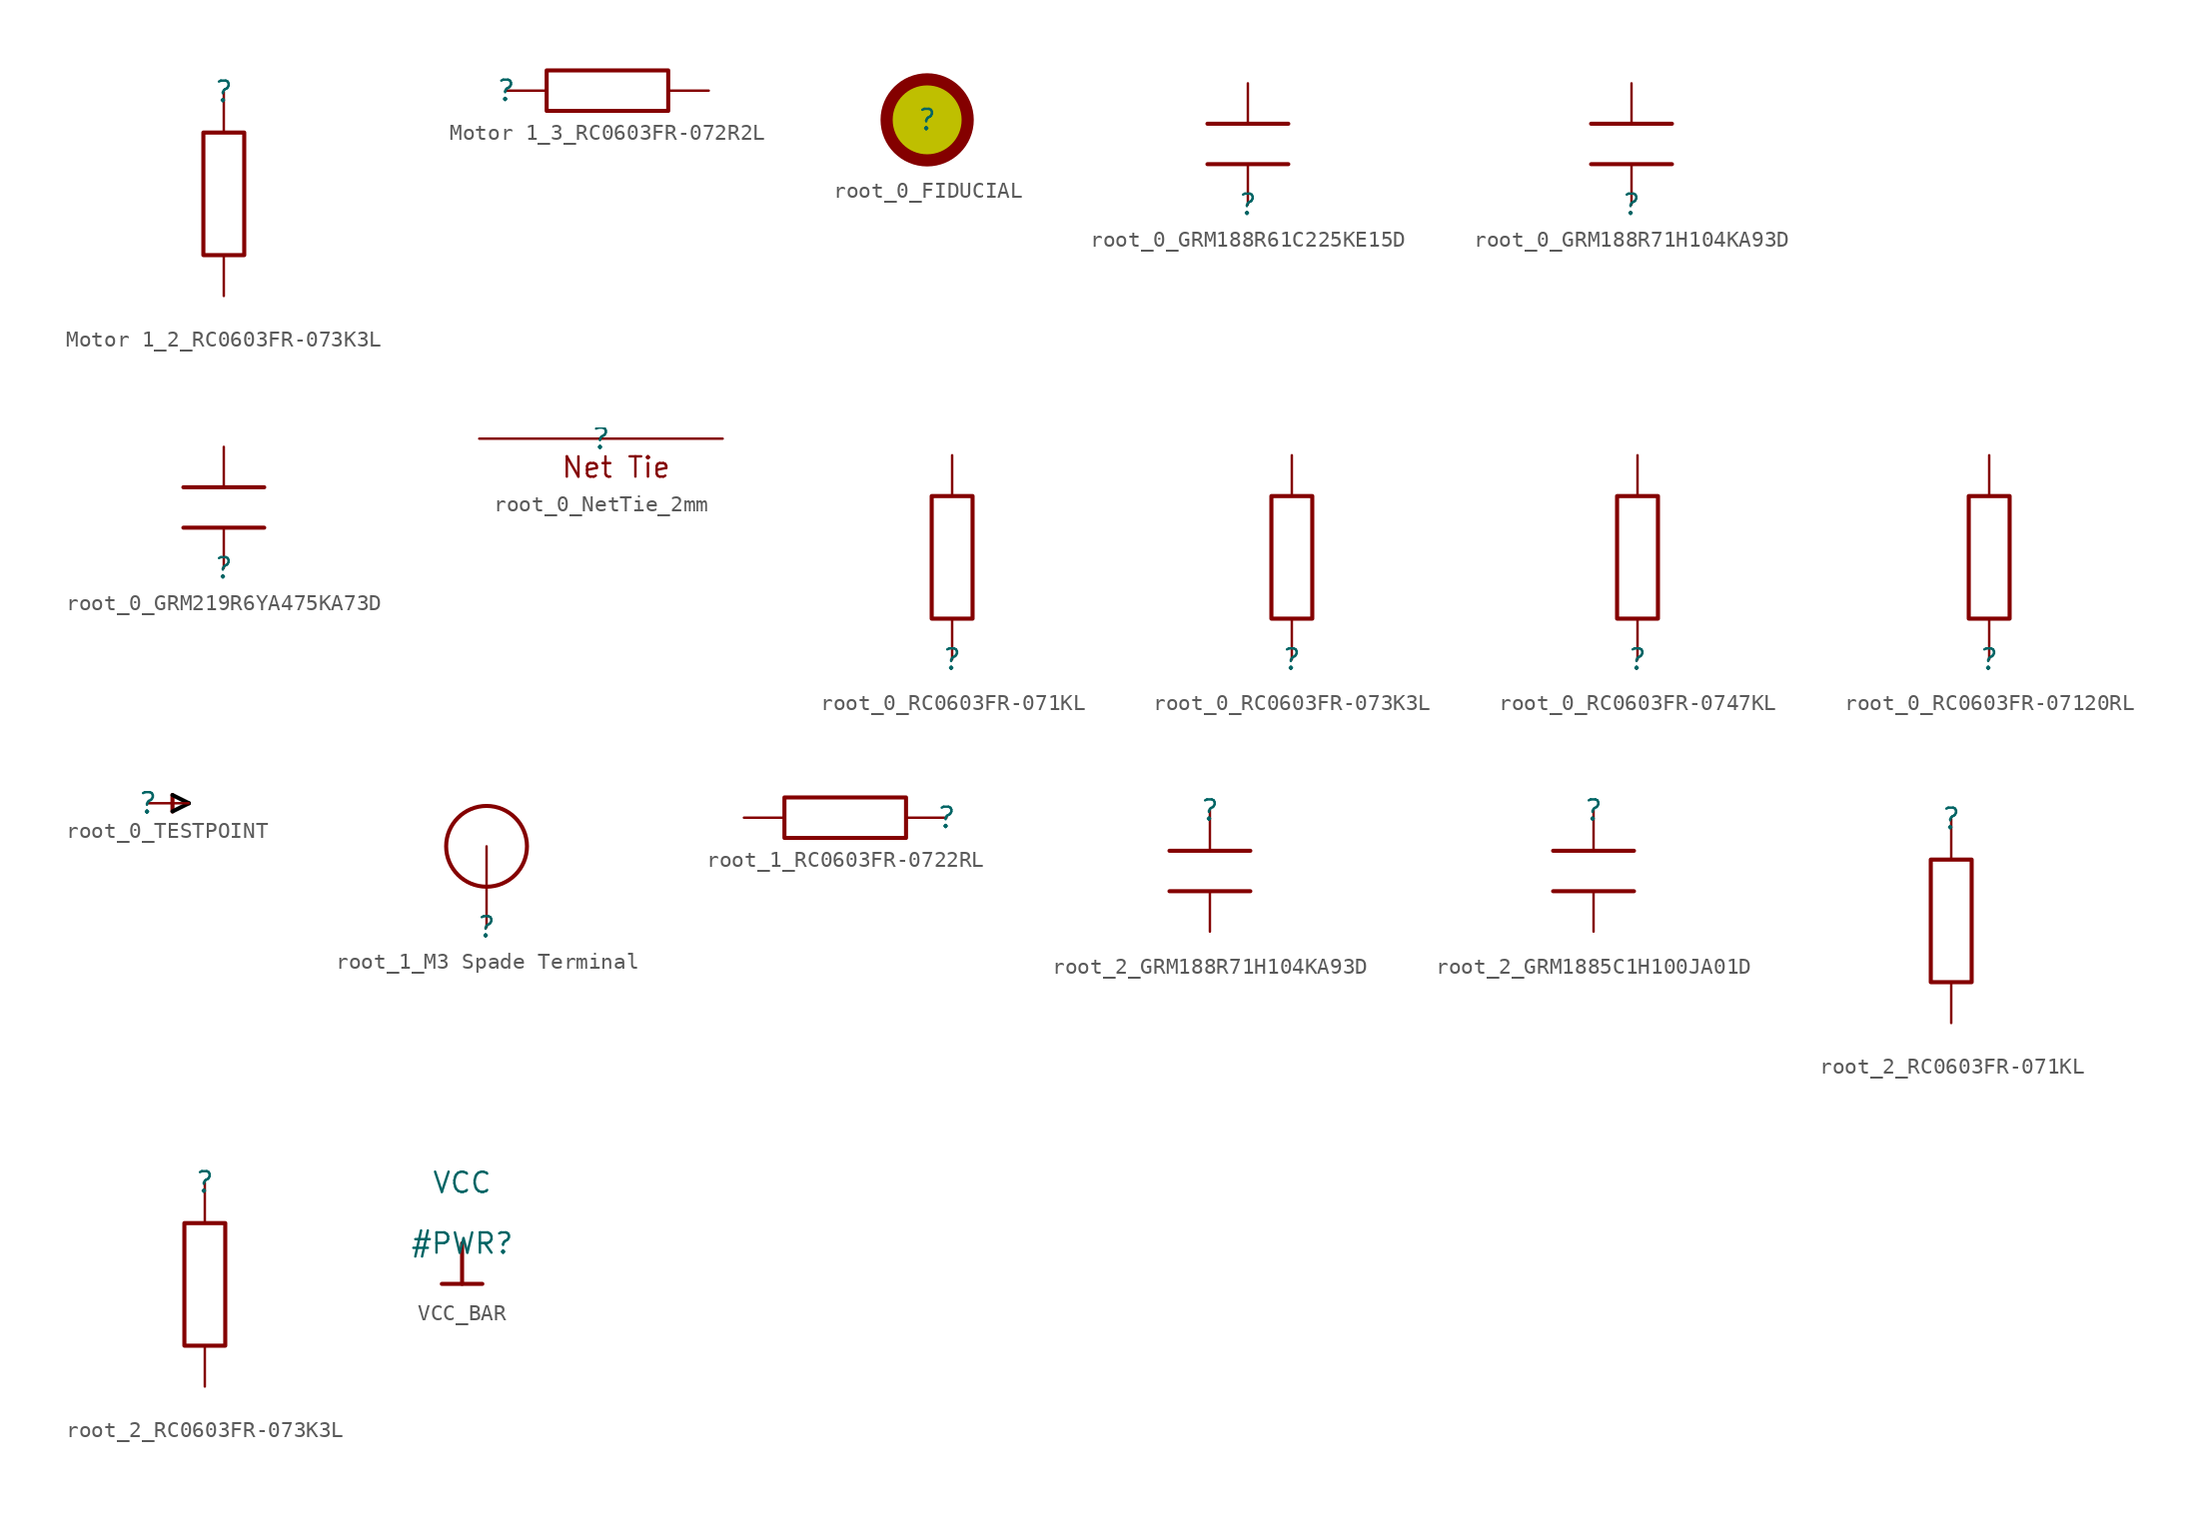
<source format=kicad_sym>
(kicad_symbol_lib
  (version 20231120)
  (generator "kicad_symbol_editor")
  (generator_version "8.0")
  (symbol "Motor 1_2_RC0603FR-073K3L"
    (property "Reference" ""
      (at 0 0 0)
      (effects (font (size 1.27 1.27))))
    (property "Value" ""
      (at 0 0 0)
      (effects (font (size 1.27 1.27))))
    (symbol "Motor 1_2_RC0603FR-073K3L_1_0"
      (polyline (pts (xy -1.27 -2.54) (xy 1.27 -2.54) (xy 1.27 -10.16) (xy -1.27 -10.16) (xy -1.27 -2.54)) (stroke (width 0.254) (type solid)) (fill (type none)))
      (pin passive line (at 0 0 270) (length 2.54) (name "0" (effects (font (size 0 0)))) (number "1" (effects (font (size 0 0)))))
      (pin passive line (at 0 -12.7 90) (length 2.54) (name "0" (effects (font (size 0 0)))) (number "2" (effects (font (size 0 0)))))))
  (symbol "Motor 1_3_RC0603FR-072R2L"
    (property "Reference" ""
      (at 0 0 0)
      (effects (font (size 1.27 1.27))))
    (property "Value" ""
      (at 0 0 0)
      (effects (font (size 1.27 1.27))))
    (symbol "Motor 1_3_RC0603FR-072R2L_1_0"
      (polyline (pts (xy 2.54 -1.27) (xy 2.54 1.27) (xy 10.16 1.27) (xy 10.16 -1.27) (xy 2.54 -1.27)) (stroke (width 0.254) (type solid)) (fill (type none)))
      (pin passive line (at 0 0 0) (length 2.54) (name "0" (effects (font (size 0 0)))) (number "1" (effects (font (size 0 0)))))
      (pin passive line (at 12.7 0 180) (length 2.54) (name "0" (effects (font (size 0 0)))) (number "2" (effects (font (size 0 0)))))))
  (symbol "root_0_FIDUCIAL"
    (property "Reference" ""
      (at 0 0 0)
      (effects (font (size 1.27 1.27))))
    (property "Value" ""
      (at 0 0 0)
      (effects (font (size 1.27 1.27))))
    (symbol "root_0_FIDUCIAL_1_0"
      (circle (center 0 0) (radius 2.54) (stroke (width 0.762) (type solid)) (fill (type color) (color 191 191 0 1)))))
  (symbol "root_0_GRM188R61C225KE15D"
    (property "Reference" ""
      (at 0 0 0)
      (effects (font (size 1.27 1.27))))
    (property "Value" ""
      (at 0 0 0)
      (effects (font (size 1.27 1.27))))
    (symbol "root_0_GRM188R61C225KE15D_1_0"
      (polyline (pts (xy -2.54 2.54) (xy 2.54 2.54)) (stroke (width 0.254) (type solid)) (fill (type none)))
      (polyline (pts (xy -2.54 5.08) (xy 2.54 5.08)) (stroke (width 0.254) (type solid)) (fill (type none)))
      (pin passive line (at 0 0 90) (length 2.54) (name "1" (effects (font (size 0 0)))) (number "1" (effects (font (size 0 0)))))
      (pin passive line (at 0 7.62 270) (length 2.54) (name "2" (effects (font (size 0 0)))) (number "2" (effects (font (size 0 0)))))))
  (symbol "root_0_GRM188R71H104KA93D"
    (property "Reference" ""
      (at 0 0 0)
      (effects (font (size 1.27 1.27))))
    (property "Value" ""
      (at 0 0 0)
      (effects (font (size 1.27 1.27))))
    (symbol "root_0_GRM188R71H104KA93D_1_0"
      (polyline (pts (xy -2.54 2.54) (xy 2.54 2.54)) (stroke (width 0.254) (type solid)) (fill (type none)))
      (polyline (pts (xy -2.54 5.08) (xy 2.54 5.08)) (stroke (width 0.254) (type solid)) (fill (type none)))
      (pin passive line (at 0 0 90) (length 2.54) (name "1" (effects (font (size 0 0)))) (number "1" (effects (font (size 0 0)))))
      (pin passive line (at 0 7.62 270) (length 2.54) (name "2" (effects (font (size 0 0)))) (number "2" (effects (font (size 0 0)))))))
  (symbol "root_0_GRM219R6YA475KA73D"
    (property "Reference" ""
      (at 0 0 0)
      (effects (font (size 1.27 1.27))))
    (property "Value" ""
      (at 0 0 0)
      (effects (font (size 1.27 1.27))))
    (symbol "root_0_GRM219R6YA475KA73D_1_0"
      (polyline (pts (xy -2.54 2.54) (xy 2.54 2.54)) (stroke (width 0.254) (type solid)) (fill (type none)))
      (polyline (pts (xy -2.54 5.08) (xy 2.54 5.08)) (stroke (width 0.254) (type solid)) (fill (type none)))
      (pin passive line (at 0 0 90) (length 2.54) (name "1" (effects (font (size 0 0)))) (number "1" (effects (font (size 0 0)))))
      (pin passive line (at 0 7.62 270) (length 2.54) (name "2" (effects (font (size 0 0)))) (number "2" (effects (font (size 0 0)))))))
  (symbol "root_0_NetTie_2mm"
    (property "Reference" ""
      (at 0 0 0)
      (effects (font (size 1.27 1.27))))
    (property "Value" ""
      (at 0 0 0)
      (effects (font (size 1.27 1.27))))
    (symbol "root_0_NetTie_2mm_1_0"
      (text "Net Tie" (at -2.54 -2.54 0) (effects (font (size 1.27 1.27)) (justify left bottom)))
      (pin passive line (at -7.62 0 0) (length 7.62) (name "" (effects (font (size 0 0)))) (number "1" (effects (font (size 0 0)))))
      (pin passive line (at 7.62 0 180) (length 7.62) (name "" (effects (font (size 0 0)))) (number "2" (effects (font (size 0 0)))))))
  (symbol "root_0_RC0603FR-071KL"
    (property "Reference" ""
      (at 0 0 0)
      (effects (font (size 1.27 1.27))))
    (property "Value" ""
      (at 0 0 0)
      (effects (font (size 1.27 1.27))))
    (symbol "root_0_RC0603FR-071KL_1_0"
      (polyline (pts (xy 1.27 2.54) (xy -1.27 2.54) (xy -1.27 10.16) (xy 1.27 10.16) (xy 1.27 2.54)) (stroke (width 0.254) (type solid)) (fill (type none)))
      (pin passive line (at 0 0 90) (length 2.54) (name "0" (effects (font (size 0 0)))) (number "1" (effects (font (size 0 0)))))
      (pin passive line (at 0 12.7 270) (length 2.54) (name "0" (effects (font (size 0 0)))) (number "2" (effects (font (size 0 0)))))))
  (symbol "root_0_RC0603FR-073K3L"
    (property "Reference" ""
      (at 0 0 0)
      (effects (font (size 1.27 1.27))))
    (property "Value" ""
      (at 0 0 0)
      (effects (font (size 1.27 1.27))))
    (symbol "root_0_RC0603FR-073K3L_1_0"
      (polyline (pts (xy 1.27 2.54) (xy -1.27 2.54) (xy -1.27 10.16) (xy 1.27 10.16) (xy 1.27 2.54)) (stroke (width 0.254) (type solid)) (fill (type none)))
      (pin passive line (at 0 0 90) (length 2.54) (name "0" (effects (font (size 0 0)))) (number "1" (effects (font (size 0 0)))))
      (pin passive line (at 0 12.7 270) (length 2.54) (name "0" (effects (font (size 0 0)))) (number "2" (effects (font (size 0 0)))))))
  (symbol "root_0_RC0603FR-0747KL"
    (property "Reference" ""
      (at 0 0 0)
      (effects (font (size 1.27 1.27))))
    (property "Value" ""
      (at 0 0 0)
      (effects (font (size 1.27 1.27))))
    (symbol "root_0_RC0603FR-0747KL_1_0"
      (polyline (pts (xy 1.27 2.54) (xy -1.27 2.54) (xy -1.27 10.16) (xy 1.27 10.16) (xy 1.27 2.54)) (stroke (width 0.254) (type solid)) (fill (type none)))
      (pin passive line (at 0 0 90) (length 2.54) (name "0" (effects (font (size 0 0)))) (number "1" (effects (font (size 0 0)))))
      (pin passive line (at 0 12.7 270) (length 2.54) (name "0" (effects (font (size 0 0)))) (number "2" (effects (font (size 0 0)))))))
  (symbol "root_0_RC0603FR-07120RL"
    (property "Reference" ""
      (at 0 0 0)
      (effects (font (size 1.27 1.27))))
    (property "Value" ""
      (at 0 0 0)
      (effects (font (size 1.27 1.27))))
    (symbol "root_0_RC0603FR-07120RL_1_0"
      (polyline (pts (xy 1.27 2.54) (xy -1.27 2.54) (xy -1.27 10.16) (xy 1.27 10.16) (xy 1.27 2.54)) (stroke (width 0.254) (type solid)) (fill (type none)))
      (pin passive line (at 0 0 90) (length 2.54) (name "0" (effects (font (size 0 0)))) (number "1" (effects (font (size 0 0)))))
      (pin passive line (at 0 12.7 270) (length 2.54) (name "0" (effects (font (size 0 0)))) (number "2" (effects (font (size 0 0)))))))
  (symbol "root_0_TESTPOINT"
    (property "Reference" ""
      (at 0 0 0)
      (effects (font (size 1.27 1.27))))
    (property "Value" ""
      (at 0 0 0)
      (effects (font (size 1.27 1.27))))
    (symbol "root_0_TESTPOINT_1_0"
      (polyline (pts (xy 1.524 0.508) (xy 1.524 -0.508)) (stroke (width 0.254) (type solid)) (fill (type none)))
      (polyline (pts (xy 1.524 0.508) (xy 2.54 0)) (stroke (width 0.254) (type solid) (color 0 0 0 1)) (fill (type none)))
      (polyline (pts (xy 2.54 0) (xy 1.524 -0.508)) (stroke (width 0.254) (type solid) (color 0 0 0 1)) (fill (type none)))
      (pin passive line (at 0 0 0) (length 2.54) (name "" (effects (font (size 0 0)))) (number "1" (effects (font (size 0 0)))))))
  (symbol "root_1_M3 Spade Terminal"
    (property "Reference" ""
      (at 0 0 0)
      (effects (font (size 1.27 1.27))))
    (property "Value" ""
      (at 0 0 0)
      (effects (font (size 1.27 1.27))))
    (symbol "root_1_M3 Spade Terminal_1_0"
      (circle (center 0 5.08) (radius 2.538) (stroke (width 0.254) (type solid)) (fill (type none)))
      (pin passive line (at 0 0 90) (length 5.08) (name "1" (effects (font (size 0 0)))) (number "1" (effects (font (size 0 0)))))))
  (symbol "root_1_RC0603FR-0722RL"
    (property "Reference" ""
      (at 0 0 0)
      (effects (font (size 1.27 1.27))))
    (property "Value" ""
      (at 0 0 0)
      (effects (font (size 1.27 1.27))))
    (symbol "root_1_RC0603FR-0722RL_1_0"
      (polyline (pts (xy -2.54 1.27) (xy -2.54 -1.27) (xy -10.16 -1.27) (xy -10.16 1.27) (xy -2.54 1.27)) (stroke (width 0.254) (type solid)) (fill (type none)))
      (pin passive line (at 0 0 180) (length 2.54) (name "0" (effects (font (size 0 0)))) (number "1" (effects (font (size 0 0)))))
      (pin passive line (at -12.7 0 0) (length 2.54) (name "0" (effects (font (size 0 0)))) (number "2" (effects (font (size 0 0)))))))
  (symbol "root_2_GRM188R71H104KA93D"
    (property "Reference" ""
      (at 0 0 0)
      (effects (font (size 1.27 1.27))))
    (property "Value" ""
      (at 0 0 0)
      (effects (font (size 1.27 1.27))))
    (symbol "root_2_GRM188R71H104KA93D_1_0"
      (polyline (pts (xy 2.54 -5.08) (xy -2.54 -5.08)) (stroke (width 0.254) (type solid)) (fill (type none)))
      (polyline (pts (xy 2.54 -2.54) (xy -2.54 -2.54)) (stroke (width 0.254) (type solid)) (fill (type none)))
      (pin passive line (at 0 0 270) (length 2.54) (name "1" (effects (font (size 0 0)))) (number "1" (effects (font (size 0 0)))))
      (pin passive line (at 0 -7.62 90) (length 2.54) (name "2" (effects (font (size 0 0)))) (number "2" (effects (font (size 0 0)))))))
  (symbol "root_2_GRM1885C1H100JA01D"
    (property "Reference" ""
      (at 0 0 0)
      (effects (font (size 1.27 1.27))))
    (property "Value" ""
      (at 0 0 0)
      (effects (font (size 1.27 1.27))))
    (symbol "root_2_GRM1885C1H100JA01D_1_0"
      (polyline (pts (xy 2.54 -5.08) (xy -2.54 -5.08)) (stroke (width 0.254) (type solid)) (fill (type none)))
      (polyline (pts (xy 2.54 -2.54) (xy -2.54 -2.54)) (stroke (width 0.254) (type solid)) (fill (type none)))
      (pin passive line (at 0 0 270) (length 2.54) (name "1" (effects (font (size 0 0)))) (number "1" (effects (font (size 0 0)))))
      (pin passive line (at 0 -7.62 90) (length 2.54) (name "2" (effects (font (size 0 0)))) (number "2" (effects (font (size 0 0)))))))
  (symbol "root_2_RC0603FR-071KL"
    (property "Reference" ""
      (at 0 0 0)
      (effects (font (size 1.27 1.27))))
    (property "Value" ""
      (at 0 0 0)
      (effects (font (size 1.27 1.27))))
    (symbol "root_2_RC0603FR-071KL_1_0"
      (polyline (pts (xy -1.27 -2.54) (xy 1.27 -2.54) (xy 1.27 -10.16) (xy -1.27 -10.16) (xy -1.27 -2.54)) (stroke (width 0.254) (type solid)) (fill (type none)))
      (pin passive line (at 0 0 270) (length 2.54) (name "0" (effects (font (size 0 0)))) (number "1" (effects (font (size 0 0)))))
      (pin passive line (at 0 -12.7 90) (length 2.54) (name "0" (effects (font (size 0 0)))) (number "2" (effects (font (size 0 0)))))))
  (symbol "root_2_RC0603FR-073K3L"
    (property "Reference" ""
      (at 0 0 0)
      (effects (font (size 1.27 1.27))))
    (property "Value" ""
      (at 0 0 0)
      (effects (font (size 1.27 1.27))))
    (symbol "root_2_RC0603FR-073K3L_1_0"
      (polyline (pts (xy -1.27 -2.54) (xy 1.27 -2.54) (xy 1.27 -10.16) (xy -1.27 -10.16) (xy -1.27 -2.54)) (stroke (width 0.254) (type solid)) (fill (type none)))
      (pin passive line (at 0 0 270) (length 2.54) (name "0" (effects (font (size 0 0)))) (number "1" (effects (font (size 0 0)))))
      (pin passive line (at 0 -12.7 90) (length 2.54) (name "0" (effects (font (size 0 0)))) (number "2" (effects (font (size 0 0)))))))
  (symbol "VCC_BAR"
    (power)
    (property "Reference" "#PWR"
      (at 0 0 0)
      (effects (font (size 1.27 1.27))))
    (property "Value" "VCC"
      (at 0 3.81 0)
      (effects (font (size 1.27 1.27))))
    (symbol "VCC_BAR_0_0"
      (polyline (pts (xy -1.27 -2.54) (xy 1.27 -2.54)) (stroke (width 0.254) (type solid)) (fill (type none)))
      (polyline (pts (xy 0 0) (xy 0 -2.54)) (stroke (width 0.254) (type solid)) (fill (type none)))
      (pin power_in line (at 0 0 0) (length 0) hide (name "VCC" (effects (font (size 1.27 1.27)))) (number "" (effects (font (size 1.27 1.27))))))))
</source>
